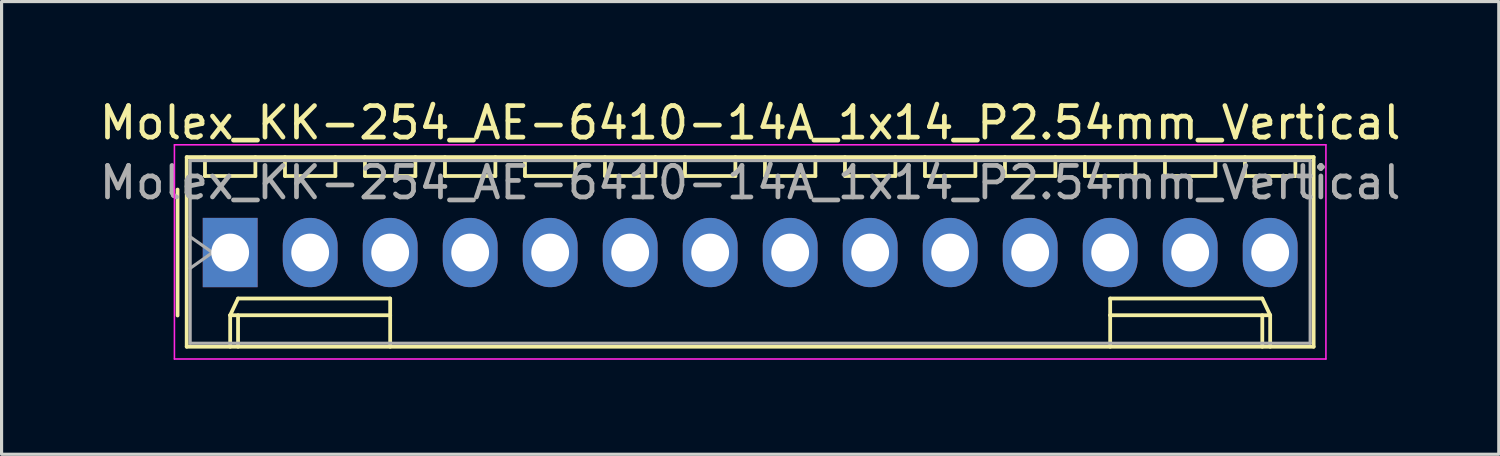
<source format=kicad_pcb>
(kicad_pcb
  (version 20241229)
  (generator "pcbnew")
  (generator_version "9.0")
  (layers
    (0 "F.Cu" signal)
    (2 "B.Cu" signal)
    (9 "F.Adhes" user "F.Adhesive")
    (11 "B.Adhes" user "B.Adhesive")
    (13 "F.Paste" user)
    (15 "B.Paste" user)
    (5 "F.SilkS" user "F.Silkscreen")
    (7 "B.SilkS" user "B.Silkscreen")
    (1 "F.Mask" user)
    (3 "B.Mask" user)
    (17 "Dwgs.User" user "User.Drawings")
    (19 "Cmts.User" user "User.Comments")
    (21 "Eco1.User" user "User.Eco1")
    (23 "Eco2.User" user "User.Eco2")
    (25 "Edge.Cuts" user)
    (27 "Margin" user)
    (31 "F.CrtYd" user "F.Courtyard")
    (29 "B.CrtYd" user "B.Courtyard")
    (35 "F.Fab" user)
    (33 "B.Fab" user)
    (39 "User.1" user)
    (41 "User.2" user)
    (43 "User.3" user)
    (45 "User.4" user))
  (footprint "Molex_KK-254_AE-6410-14A_1x14_P2.54mm_Vertical"
    (layer "F.Cu")
    (at 4.258 4.968)
    (property "Reference" "Molex_KK-254_AE-6410-14A_1x14_P2.54mm_Vertical" (at 16.51 -4.12 0) (layer "F.SilkS") (effects (font (size 1 1) (thickness 0.15))))
    (attr through_hole)
    (fp_line (start -1.67 -2) (end -1.67 2) (stroke (width 0.12) (type solid)) (layer "F.SilkS"))
    (fp_line (start -1.38 -3.03) (end -1.38 2.99) (stroke (width 0.12) (type solid)) (layer "F.SilkS"))
    (fp_line (start -1.38 2.99) (end 34.4 2.99) (stroke (width 0.12) (type solid)) (layer "F.SilkS"))
    (fp_line (start -0.8 -3.03) (end -0.8 -2.43) (stroke (width 0.12) (type solid)) (layer "F.SilkS"))
    (fp_line (start -0.8 -2.43) (end 0.8 -2.43) (stroke (width 0.12) (type solid)) (layer "F.SilkS"))
    (fp_line (start 0 1.99) (end 0.25 1.46) (stroke (width 0.12) (type solid)) (layer "F.SilkS"))
    (fp_line (start 0 1.99) (end 5.08 1.99) (stroke (width 0.12) (type solid)) (layer "F.SilkS"))
    (fp_line (start 0 2.99) (end 0 1.99) (stroke (width 0.12) (type solid)) (layer "F.SilkS"))
    (fp_line (start 0.25 1.46) (end 5.08 1.46) (stroke (width 0.12) (type solid)) (layer "F.SilkS"))
    (fp_line (start 0.25 2.99) (end 0.25 1.99) (stroke (width 0.12) (type solid)) (layer "F.SilkS"))
    (fp_line (start 0.8 -2.43) (end 0.8 -3.03) (stroke (width 0.12) (type solid)) (layer "F.SilkS"))
    (fp_line (start 1.74 -3.03) (end 1.74 -2.43) (stroke (width 0.12) (type solid)) (layer "F.SilkS"))
    (fp_line (start 1.74 -2.43) (end 3.34 -2.43) (stroke (width 0.12) (type solid)) (layer "F.SilkS"))
    (fp_line (start 3.34 -2.43) (end 3.34 -3.03) (stroke (width 0.12) (type solid)) (layer "F.SilkS"))
    (fp_line (start 4.28 -3.03) (end 4.28 -2.43) (stroke (width 0.12) (type solid)) (layer "F.SilkS"))
    (fp_line (start 4.28 -2.43) (end 5.88 -2.43) (stroke (width 0.12) (type solid)) (layer "F.SilkS"))
    (fp_line (start 5.08 1.46) (end 5.08 1.99) (stroke (width 0.12) (type solid)) (layer "F.SilkS"))
    (fp_line (start 5.08 1.99) (end 5.08 2.99) (stroke (width 0.12) (type solid)) (layer "F.SilkS"))
    (fp_line (start 5.88 -2.43) (end 5.88 -3.03) (stroke (width 0.12) (type solid)) (layer "F.SilkS"))
    (fp_line (start 6.82 -3.03) (end 6.82 -2.43) (stroke (width 0.12) (type solid)) (layer "F.SilkS"))
    (fp_line (start 6.82 -2.43) (end 8.42 -2.43) (stroke (width 0.12) (type solid)) (layer "F.SilkS"))
    (fp_line (start 8.42 -2.43) (end 8.42 -3.03) (stroke (width 0.12) (type solid)) (layer "F.SilkS"))
    (fp_line (start 9.36 -3.03) (end 9.36 -2.43) (stroke (width 0.12) (type solid)) (layer "F.SilkS"))
    (fp_line (start 9.36 -2.43) (end 10.96 -2.43) (stroke (width 0.12) (type solid)) (layer "F.SilkS"))
    (fp_line (start 10.96 -2.43) (end 10.96 -3.03) (stroke (width 0.12) (type solid)) (layer "F.SilkS"))
    (fp_line (start 11.9 -3.03) (end 11.9 -2.43) (stroke (width 0.12) (type solid)) (layer "F.SilkS"))
    (fp_line (start 11.9 -2.43) (end 13.5 -2.43) (stroke (width 0.12) (type solid)) (layer "F.SilkS"))
    (fp_line (start 13.5 -2.43) (end 13.5 -3.03) (stroke (width 0.12) (type solid)) (layer "F.SilkS"))
    (fp_line (start 14.44 -3.03) (end 14.44 -2.43) (stroke (width 0.12) (type solid)) (layer "F.SilkS"))
    (fp_line (start 14.44 -2.43) (end 16.04 -2.43) (stroke (width 0.12) (type solid)) (layer "F.SilkS"))
    (fp_line (start 16.04 -2.43) (end 16.04 -3.03) (stroke (width 0.12) (type solid)) (layer "F.SilkS"))
    (fp_line (start 16.98 -3.03) (end 16.98 -2.43) (stroke (width 0.12) (type solid)) (layer "F.SilkS"))
    (fp_line (start 16.98 -2.43) (end 18.58 -2.43) (stroke (width 0.12) (type solid)) (layer "F.SilkS"))
    (fp_line (start 18.58 -2.43) (end 18.58 -3.03) (stroke (width 0.12) (type solid)) (layer "F.SilkS"))
    (fp_line (start 19.52 -3.03) (end 19.52 -2.43) (stroke (width 0.12) (type solid)) (layer "F.SilkS"))
    (fp_line (start 19.52 -2.43) (end 21.12 -2.43) (stroke (width 0.12) (type solid)) (layer "F.SilkS"))
    (fp_line (start 21.12 -2.43) (end 21.12 -3.03) (stroke (width 0.12) (type solid)) (layer "F.SilkS"))
    (fp_line (start 22.06 -3.03) (end 22.06 -2.43) (stroke (width 0.12) (type solid)) (layer "F.SilkS"))
    (fp_line (start 22.06 -2.43) (end 23.66 -2.43) (stroke (width 0.12) (type solid)) (layer "F.SilkS"))
    (fp_line (start 23.66 -2.43) (end 23.66 -3.03) (stroke (width 0.12) (type solid)) (layer "F.SilkS"))
    (fp_line (start 24.6 -3.03) (end 24.6 -2.43) (stroke (width 0.12) (type solid)) (layer "F.SilkS"))
    (fp_line (start 24.6 -2.43) (end 26.2 -2.43) (stroke (width 0.12) (type solid)) (layer "F.SilkS"))
    (fp_line (start 26.2 -2.43) (end 26.2 -3.03) (stroke (width 0.12) (type solid)) (layer "F.SilkS"))
    (fp_line (start 27.14 -3.03) (end 27.14 -2.43) (stroke (width 0.12) (type solid)) (layer "F.SilkS"))
    (fp_line (start 27.14 -2.43) (end 28.74 -2.43) (stroke (width 0.12) (type solid)) (layer "F.SilkS"))
    (fp_line (start 27.94 1.46) (end 27.94 1.99) (stroke (width 0.12) (type solid)) (layer "F.SilkS"))
    (fp_line (start 27.94 1.99) (end 27.94 2.99) (stroke (width 0.12) (type solid)) (layer "F.SilkS"))
    (fp_line (start 28.74 -2.43) (end 28.74 -3.03) (stroke (width 0.12) (type solid)) (layer "F.SilkS"))
    (fp_line (start 29.68 -3.03) (end 29.68 -2.43) (stroke (width 0.12) (type solid)) (layer "F.SilkS"))
    (fp_line (start 29.68 -2.43) (end 31.28 -2.43) (stroke (width 0.12) (type solid)) (layer "F.SilkS"))
    (fp_line (start 31.28 -2.43) (end 31.28 -3.03) (stroke (width 0.12) (type solid)) (layer "F.SilkS"))
    (fp_line (start 32.22 -3.03) (end 32.22 -2.43) (stroke (width 0.12) (type solid)) (layer "F.SilkS"))
    (fp_line (start 32.22 -2.43) (end 33.82 -2.43) (stroke (width 0.12) (type solid)) (layer "F.SilkS"))
    (fp_line (start 32.77 1.46) (end 27.94 1.46) (stroke (width 0.12) (type solid)) (layer "F.SilkS"))
    (fp_line (start 32.77 2.99) (end 32.77 1.99) (stroke (width 0.12) (type solid)) (layer "F.SilkS"))
    (fp_line (start 33.02 1.99) (end 27.94 1.99) (stroke (width 0.12) (type solid)) (layer "F.SilkS"))
    (fp_line (start 33.02 1.99) (end 32.77 1.46) (stroke (width 0.12) (type solid)) (layer "F.SilkS"))
    (fp_line (start 33.02 2.99) (end 33.02 1.99) (stroke (width 0.12) (type solid)) (layer "F.SilkS"))
    (fp_line (start 33.82 -2.43) (end 33.82 -3.03) (stroke (width 0.12) (type solid)) (layer "F.SilkS"))
    (fp_line (start 34.4 -3.03) (end -1.38 -3.03) (stroke (width 0.12) (type solid)) (layer "F.SilkS"))
    (fp_line (start 34.4 2.99) (end 34.4 -3.03) (stroke (width 0.12) (type solid)) (layer "F.SilkS"))
    (fp_line (start -1.77 -3.42) (end -1.77 3.38) (stroke (width 0.05) (type solid)) (layer "F.CrtYd"))
    (fp_line (start -1.77 3.38) (end 34.79 3.38) (stroke (width 0.05) (type solid)) (layer "F.CrtYd"))
    (fp_line (start 34.79 -3.42) (end -1.77 -3.42) (stroke (width 0.05) (type solid)) (layer "F.CrtYd"))
    (fp_line (start 34.79 3.38) (end 34.79 -3.42) (stroke (width 0.05) (type solid)) (layer "F.CrtYd"))
    (fp_line (start -1.27 -2.92) (end -1.27 2.88) (stroke (width 0.1) (type solid)) (layer "F.Fab"))
    (fp_line (start -1.27 -0.5) (end -0.563 0) (stroke (width 0.1) (type solid)) (layer "F.Fab"))
    (fp_line (start -1.27 2.88) (end 34.29 2.88) (stroke (width 0.1) (type solid)) (layer "F.Fab"))
    (fp_line (start -0.563 0) (end -1.27 0.5) (stroke (width 0.1) (type solid)) (layer "F.Fab"))
    (fp_line (start 34.29 -2.92) (end -1.27 -2.92) (stroke (width 0.1) (type solid)) (layer "F.Fab"))
    (fp_line (start 34.29 2.88) (end 34.29 -2.92) (stroke (width 0.1) (type solid)) (layer "F.Fab"))
    (fp_text user "${REFERENCE}" (at 16.51 -2.22 0) (layer "F.Fab") (effects (font (size 1 1) (thickness 0.15))))
    (pad "1" thru_hole rect (at 0 0) (size 1.74 2.2) (drill 1.2) (layers "*.Cu" "*.Mask"))
    (pad "2" thru_hole oval (at 2.54 0) (size 1.74 2.2) (drill 1.2) (layers "*.Cu" "*.Mask"))
    (pad "3" thru_hole oval (at 5.08 0) (size 1.74 2.2) (drill 1.2) (layers "*.Cu" "*.Mask"))
    (pad "4" thru_hole oval (at 7.62 0) (size 1.74 2.2) (drill 1.2) (layers "*.Cu" "*.Mask"))
    (pad "5" thru_hole oval (at 10.16 0) (size 1.74 2.2) (drill 1.2) (layers "*.Cu" "*.Mask"))
    (pad "6" thru_hole oval (at 12.7 0) (size 1.74 2.2) (drill 1.2) (layers "*.Cu" "*.Mask"))
    (pad "7" thru_hole oval (at 15.24 0) (size 1.74 2.2) (drill 1.2) (layers "*.Cu" "*.Mask"))
    (pad "8" thru_hole oval (at 17.78 0) (size 1.74 2.2) (drill 1.2) (layers "*.Cu" "*.Mask"))
    (pad "9" thru_hole oval (at 20.32 0) (size 1.74 2.2) (drill 1.2) (layers "*.Cu" "*.Mask"))
    (pad "10" thru_hole oval (at 22.86 0) (size 1.74 2.2) (drill 1.2) (layers "*.Cu" "*.Mask"))
    (pad "11" thru_hole oval (at 25.4 0) (size 1.74 2.2) (drill 1.2) (layers "*.Cu" "*.Mask"))
    (pad "12" thru_hole oval (at 27.94 0) (size 1.74 2.2) (drill 1.2) (layers "*.Cu" "*.Mask"))
    (pad "13" thru_hole oval (at 30.48 0) (size 1.74 2.2) (drill 1.2) (layers "*.Cu" "*.Mask"))
    (pad "14" thru_hole oval (at 33.02 0) (size 1.74 2.2) (drill 1.2) (layers "*.Cu" "*.Mask")))
  (gr_rect
    (start -3 -3)
    (end 44.536 11.373)
    (stroke (width 0.1) (type default))
    (fill no)
    (layer "Edge.Cuts")))
</source>
